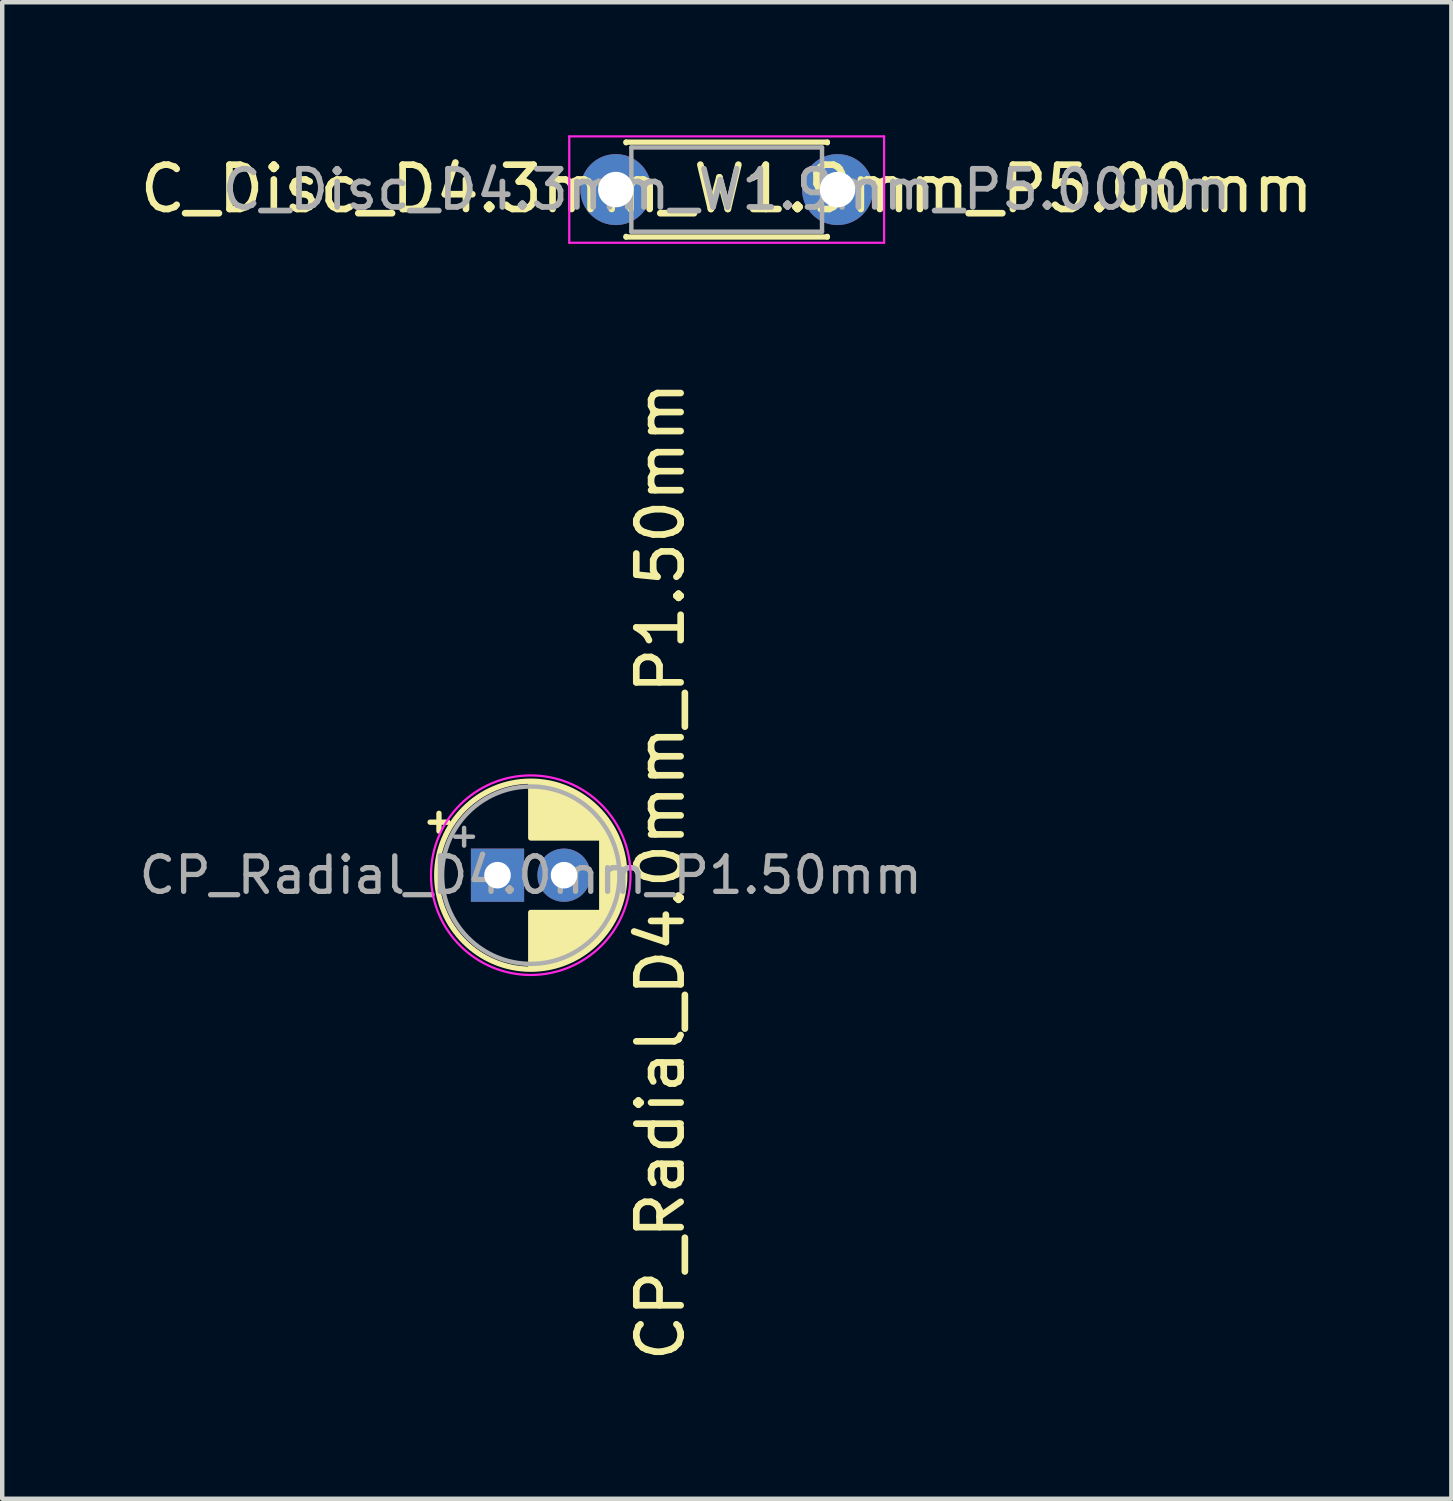
<source format=kicad_pcb>
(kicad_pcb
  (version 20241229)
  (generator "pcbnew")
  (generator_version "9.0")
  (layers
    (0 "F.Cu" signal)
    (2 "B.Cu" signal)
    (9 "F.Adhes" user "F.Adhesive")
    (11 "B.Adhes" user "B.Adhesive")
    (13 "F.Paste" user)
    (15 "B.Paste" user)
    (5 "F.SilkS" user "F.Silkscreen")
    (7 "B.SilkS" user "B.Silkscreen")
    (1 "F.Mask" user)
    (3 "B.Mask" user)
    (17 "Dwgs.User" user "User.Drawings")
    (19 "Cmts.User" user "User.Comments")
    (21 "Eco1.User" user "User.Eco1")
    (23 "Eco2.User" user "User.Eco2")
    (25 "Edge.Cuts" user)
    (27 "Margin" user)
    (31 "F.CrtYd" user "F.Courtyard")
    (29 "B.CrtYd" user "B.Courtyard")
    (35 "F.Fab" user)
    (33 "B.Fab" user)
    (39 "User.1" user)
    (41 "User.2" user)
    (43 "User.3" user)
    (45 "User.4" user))
  (footprint "C_Disc_D4.3mm_W1.9mm_P5.00mm"
    (layer "F.Cu")
    (at 10.837 1.225)
    (property "Reference" "C_Disc_D4.3mm_W1.9mm_P5.00mm" (at 2.502 -0.017 0) (layer "F.SilkS") (effects (font (size 1 1) (thickness 0.15))))
    (attr through_hole)
    (fp_line (start 0.23 -1.07) (end 0.23 -1.055) (stroke (width 0.12) (type solid)) (layer "F.SilkS"))
    (fp_line (start 0.23 -1.07) (end 4.77 -1.07) (stroke (width 0.12) (type solid)) (layer "F.SilkS"))
    (fp_line (start 0.23 1.055) (end 0.23 1.07) (stroke (width 0.12) (type solid)) (layer "F.SilkS"))
    (fp_line (start 0.23 1.07) (end 4.77 1.07) (stroke (width 0.12) (type solid)) (layer "F.SilkS"))
    (fp_line (start 4.77 -1.07) (end 4.77 -1.055) (stroke (width 0.12) (type solid)) (layer "F.SilkS"))
    (fp_line (start 4.77 1.055) (end 4.77 1.07) (stroke (width 0.12) (type solid)) (layer "F.SilkS"))
    (fp_line (start -1.05 -1.2) (end -1.05 1.2) (stroke (width 0.05) (type solid)) (layer "F.CrtYd"))
    (fp_line (start -1.05 1.2) (end 6.05 1.2) (stroke (width 0.05) (type solid)) (layer "F.CrtYd"))
    (fp_line (start 6.05 -1.2) (end -1.05 -1.2) (stroke (width 0.05) (type solid)) (layer "F.CrtYd"))
    (fp_line (start 6.05 1.2) (end 6.05 -1.2) (stroke (width 0.05) (type solid)) (layer "F.CrtYd"))
    (fp_line (start 0.35 -0.95) (end 0.35 0.95) (stroke (width 0.1) (type solid)) (layer "F.Fab"))
    (fp_line (start 0.35 0.95) (end 4.65 0.95) (stroke (width 0.1) (type solid)) (layer "F.Fab"))
    (fp_line (start 4.65 -0.95) (end 0.35 -0.95) (stroke (width 0.1) (type solid)) (layer "F.Fab"))
    (fp_line (start 4.65 0.95) (end 4.65 -0.95) (stroke (width 0.1) (type solid)) (layer "F.Fab"))
    (fp_text user "${REFERENCE}" (at 2.5 0 0) (layer "F.Fab") (effects (font (size 0.86 0.86) (thickness 0.129))))
    (pad "1" thru_hole circle (at 0 0) (size 1.6 1.6) (drill 0.8) (layers "*.Cu" "*.Mask"))
    (pad "2" thru_hole circle (at 5 0) (size 1.6 1.6) (drill 0.8) (layers "*.Cu" "*.Mask")))
  (footprint "CP_Radial_D4.0mm_P1.50mm"
    (layer "F.Cu")
    (at 8.169 16.686)
    (property "Reference" "CP_Radial_D4.0mm_P1.50mm" (at 3.675 -0.087 90) (layer "F.SilkS") (effects (font (size 1 1) (thickness 0.15))))
    (attr through_hole)
    (fp_line (start -1.52 -1.195) (end -1.12 -1.195) (stroke (width 0.12) (type solid)) (layer "F.SilkS"))
    (fp_line (start -1.32 -1.395) (end -1.32 -0.995) (stroke (width 0.12) (type solid)) (layer "F.SilkS"))
    (fp_line (start 0.75 -2.08) (end 0.75 -0.84) (stroke (width 0.12) (type solid)) (layer "F.SilkS"))
    (fp_line (start 0.75 0.84) (end 0.75 2.08) (stroke (width 0.12) (type solid)) (layer "F.SilkS"))
    (fp_line (start 0.79 -2.08) (end 0.79 -0.84) (stroke (width 0.12) (type solid)) (layer "F.SilkS"))
    (fp_line (start 0.79 0.84) (end 0.79 2.08) (stroke (width 0.12) (type solid)) (layer "F.SilkS"))
    (fp_line (start 0.83 -2.079) (end 0.83 -0.84) (stroke (width 0.12) (type solid)) (layer "F.SilkS"))
    (fp_line (start 0.83 0.84) (end 0.83 2.079) (stroke (width 0.12) (type solid)) (layer "F.SilkS"))
    (fp_line (start 0.87 -2.077) (end 0.87 -0.84) (stroke (width 0.12) (type solid)) (layer "F.SilkS"))
    (fp_line (start 0.87 0.84) (end 0.87 2.077) (stroke (width 0.12) (type solid)) (layer "F.SilkS"))
    (fp_line (start 0.91 -2.074) (end 0.91 -0.84) (stroke (width 0.12) (type solid)) (layer "F.SilkS"))
    (fp_line (start 0.91 0.84) (end 0.91 2.074) (stroke (width 0.12) (type solid)) (layer "F.SilkS"))
    (fp_line (start 0.95 -2.071) (end 0.95 -0.84) (stroke (width 0.12) (type solid)) (layer "F.SilkS"))
    (fp_line (start 0.95 0.84) (end 0.95 2.071) (stroke (width 0.12) (type solid)) (layer "F.SilkS"))
    (fp_line (start 0.99 -2.067) (end 0.99 -0.84) (stroke (width 0.12) (type solid)) (layer "F.SilkS"))
    (fp_line (start 0.99 0.84) (end 0.99 2.067) (stroke (width 0.12) (type solid)) (layer "F.SilkS"))
    (fp_line (start 1.03 -2.062) (end 1.03 -0.84) (stroke (width 0.12) (type solid)) (layer "F.SilkS"))
    (fp_line (start 1.03 0.84) (end 1.03 2.062) (stroke (width 0.12) (type solid)) (layer "F.SilkS"))
    (fp_line (start 1.07 -2.056) (end 1.07 -0.84) (stroke (width 0.12) (type solid)) (layer "F.SilkS"))
    (fp_line (start 1.07 0.84) (end 1.07 2.056) (stroke (width 0.12) (type solid)) (layer "F.SilkS"))
    (fp_line (start 1.11 -2.05) (end 1.11 -0.84) (stroke (width 0.12) (type solid)) (layer "F.SilkS"))
    (fp_line (start 1.11 0.84) (end 1.11 2.05) (stroke (width 0.12) (type solid)) (layer "F.SilkS"))
    (fp_line (start 1.15 -2.042) (end 1.15 -0.84) (stroke (width 0.12) (type solid)) (layer "F.SilkS"))
    (fp_line (start 1.15 0.84) (end 1.15 2.042) (stroke (width 0.12) (type solid)) (layer "F.SilkS"))
    (fp_line (start 1.19 -2.034) (end 1.19 -0.84) (stroke (width 0.12) (type solid)) (layer "F.SilkS"))
    (fp_line (start 1.19 0.84) (end 1.19 2.034) (stroke (width 0.12) (type solid)) (layer "F.SilkS"))
    (fp_line (start 1.23 -2.025) (end 1.23 -0.84) (stroke (width 0.12) (type solid)) (layer "F.SilkS"))
    (fp_line (start 1.23 0.84) (end 1.23 2.025) (stroke (width 0.12) (type solid)) (layer "F.SilkS"))
    (fp_line (start 1.27 -2.016) (end 1.27 -0.84) (stroke (width 0.12) (type solid)) (layer "F.SilkS"))
    (fp_line (start 1.27 0.84) (end 1.27 2.016) (stroke (width 0.12) (type solid)) (layer "F.SilkS"))
    (fp_line (start 1.31 -2.005) (end 1.31 -0.84) (stroke (width 0.12) (type solid)) (layer "F.SilkS"))
    (fp_line (start 1.31 0.84) (end 1.31 2.005) (stroke (width 0.12) (type solid)) (layer "F.SilkS"))
    (fp_line (start 1.35 -1.994) (end 1.35 -0.84) (stroke (width 0.12) (type solid)) (layer "F.SilkS"))
    (fp_line (start 1.35 0.84) (end 1.35 1.994) (stroke (width 0.12) (type solid)) (layer "F.SilkS"))
    (fp_line (start 1.39 -1.982) (end 1.39 -0.84) (stroke (width 0.12) (type solid)) (layer "F.SilkS"))
    (fp_line (start 1.39 0.84) (end 1.39 1.982) (stroke (width 0.12) (type solid)) (layer "F.SilkS"))
    (fp_line (start 1.43 -1.968) (end 1.43 -0.84) (stroke (width 0.12) (type solid)) (layer "F.SilkS"))
    (fp_line (start 1.43 0.84) (end 1.43 1.968) (stroke (width 0.12) (type solid)) (layer "F.SilkS"))
    (fp_line (start 1.471 -1.954) (end 1.471 -0.84) (stroke (width 0.12) (type solid)) (layer "F.SilkS"))
    (fp_line (start 1.471 0.84) (end 1.471 1.954) (stroke (width 0.12) (type solid)) (layer "F.SilkS"))
    (fp_line (start 1.511 -1.94) (end 1.511 -0.84) (stroke (width 0.12) (type solid)) (layer "F.SilkS"))
    (fp_line (start 1.511 0.84) (end 1.511 1.94) (stroke (width 0.12) (type solid)) (layer "F.SilkS"))
    (fp_line (start 1.551 -1.924) (end 1.551 -0.84) (stroke (width 0.12) (type solid)) (layer "F.SilkS"))
    (fp_line (start 1.551 0.84) (end 1.551 1.924) (stroke (width 0.12) (type solid)) (layer "F.SilkS"))
    (fp_line (start 1.591 -1.907) (end 1.591 -0.84) (stroke (width 0.12) (type solid)) (layer "F.SilkS"))
    (fp_line (start 1.591 0.84) (end 1.591 1.907) (stroke (width 0.12) (type solid)) (layer "F.SilkS"))
    (fp_line (start 1.631 -1.889) (end 1.631 -0.84) (stroke (width 0.12) (type solid)) (layer "F.SilkS"))
    (fp_line (start 1.631 0.84) (end 1.631 1.889) (stroke (width 0.12) (type solid)) (layer "F.SilkS"))
    (fp_line (start 1.671 -1.87) (end 1.671 -0.84) (stroke (width 0.12) (type solid)) (layer "F.SilkS"))
    (fp_line (start 1.671 0.84) (end 1.671 1.87) (stroke (width 0.12) (type solid)) (layer "F.SilkS"))
    (fp_line (start 1.711 -1.851) (end 1.711 -0.84) (stroke (width 0.12) (type solid)) (layer "F.SilkS"))
    (fp_line (start 1.711 0.84) (end 1.711 1.851) (stroke (width 0.12) (type solid)) (layer "F.SilkS"))
    (fp_line (start 1.751 -1.83) (end 1.751 -0.84) (stroke (width 0.12) (type solid)) (layer "F.SilkS"))
    (fp_line (start 1.751 0.84) (end 1.751 1.83) (stroke (width 0.12) (type solid)) (layer "F.SilkS"))
    (fp_line (start 1.791 -1.808) (end 1.791 -0.84) (stroke (width 0.12) (type solid)) (layer "F.SilkS"))
    (fp_line (start 1.791 0.84) (end 1.791 1.808) (stroke (width 0.12) (type solid)) (layer "F.SilkS"))
    (fp_line (start 1.831 -1.785) (end 1.831 -0.84) (stroke (width 0.12) (type solid)) (layer "F.SilkS"))
    (fp_line (start 1.831 0.84) (end 1.831 1.785) (stroke (width 0.12) (type solid)) (layer "F.SilkS"))
    (fp_line (start 1.871 -1.76) (end 1.871 -0.84) (stroke (width 0.12) (type solid)) (layer "F.SilkS"))
    (fp_line (start 1.871 0.84) (end 1.871 1.76) (stroke (width 0.12) (type solid)) (layer "F.SilkS"))
    (fp_line (start 1.911 -1.735) (end 1.911 -0.84) (stroke (width 0.12) (type solid)) (layer "F.SilkS"))
    (fp_line (start 1.911 0.84) (end 1.911 1.735) (stroke (width 0.12) (type solid)) (layer "F.SilkS"))
    (fp_line (start 1.951 -1.708) (end 1.951 -0.84) (stroke (width 0.12) (type solid)) (layer "F.SilkS"))
    (fp_line (start 1.951 0.84) (end 1.951 1.708) (stroke (width 0.12) (type solid)) (layer "F.SilkS"))
    (fp_line (start 1.991 -1.68) (end 1.991 -0.84) (stroke (width 0.12) (type solid)) (layer "F.SilkS"))
    (fp_line (start 1.991 0.84) (end 1.991 1.68) (stroke (width 0.12) (type solid)) (layer "F.SilkS"))
    (fp_line (start 2.031 -1.65) (end 2.031 -0.84) (stroke (width 0.12) (type solid)) (layer "F.SilkS"))
    (fp_line (start 2.031 0.84) (end 2.031 1.65) (stroke (width 0.12) (type solid)) (layer "F.SilkS"))
    (fp_line (start 2.071 -1.619) (end 2.071 -0.84) (stroke (width 0.12) (type solid)) (layer "F.SilkS"))
    (fp_line (start 2.071 0.84) (end 2.071 1.619) (stroke (width 0.12) (type solid)) (layer "F.SilkS"))
    (fp_line (start 2.111 -1.587) (end 2.111 -0.84) (stroke (width 0.12) (type solid)) (layer "F.SilkS"))
    (fp_line (start 2.111 0.84) (end 2.111 1.587) (stroke (width 0.12) (type solid)) (layer "F.SilkS"))
    (fp_line (start 2.151 -1.552) (end 2.151 -0.84) (stroke (width 0.12) (type solid)) (layer "F.SilkS"))
    (fp_line (start 2.151 0.84) (end 2.151 1.552) (stroke (width 0.12) (type solid)) (layer "F.SilkS"))
    (fp_line (start 2.191 -1.516) (end 2.191 -0.84) (stroke (width 0.12) (type solid)) (layer "F.SilkS"))
    (fp_line (start 2.191 0.84) (end 2.191 1.516) (stroke (width 0.12) (type solid)) (layer "F.SilkS"))
    (fp_line (start 2.231 -1.478) (end 2.231 -0.84) (stroke (width 0.12) (type solid)) (layer "F.SilkS"))
    (fp_line (start 2.231 0.84) (end 2.231 1.478) (stroke (width 0.12) (type solid)) (layer "F.SilkS"))
    (fp_line (start 2.271 -1.438) (end 2.271 -0.84) (stroke (width 0.12) (type solid)) (layer "F.SilkS"))
    (fp_line (start 2.271 0.84) (end 2.271 1.438) (stroke (width 0.12) (type solid)) (layer "F.SilkS"))
    (fp_line (start 2.311 -1.396) (end 2.311 -0.84) (stroke (width 0.12) (type solid)) (layer "F.SilkS"))
    (fp_line (start 2.311 0.84) (end 2.311 1.396) (stroke (width 0.12) (type solid)) (layer "F.SilkS"))
    (fp_line (start 2.351 -1.351) (end 2.351 1.351) (stroke (width 0.12) (type solid)) (layer "F.SilkS"))
    (fp_line (start 2.391 -1.304) (end 2.391 1.304) (stroke (width 0.12) (type solid)) (layer "F.SilkS"))
    (fp_line (start 2.431 -1.254) (end 2.431 1.254) (stroke (width 0.12) (type solid)) (layer "F.SilkS"))
    (fp_line (start 2.471 -1.2) (end 2.471 1.2) (stroke (width 0.12) (type solid)) (layer "F.SilkS"))
    (fp_line (start 2.511 -1.142) (end 2.511 1.142) (stroke (width 0.12) (type solid)) (layer "F.SilkS"))
    (fp_line (start 2.551 -1.08) (end 2.551 1.08) (stroke (width 0.12) (type solid)) (layer "F.SilkS"))
    (fp_line (start 2.591 -1.013) (end 2.591 1.013) (stroke (width 0.12) (type solid)) (layer "F.SilkS"))
    (fp_line (start 2.631 -0.94) (end 2.631 0.94) (stroke (width 0.12) (type solid)) (layer "F.SilkS"))
    (fp_line (start 2.671 -0.859) (end 2.671 0.859) (stroke (width 0.12) (type solid)) (layer "F.SilkS"))
    (fp_line (start 2.711 -0.768) (end 2.711 0.768) (stroke (width 0.12) (type solid)) (layer "F.SilkS"))
    (fp_line (start 2.751 -0.664) (end 2.751 0.664) (stroke (width 0.12) (type solid)) (layer "F.SilkS"))
    (fp_line (start 2.791 -0.537) (end 2.791 0.537) (stroke (width 0.12) (type solid)) (layer "F.SilkS"))
    (fp_line (start 2.831 -0.37) (end 2.831 0.37) (stroke (width 0.12) (type solid)) (layer "F.SilkS"))
    (fp_circle (center 0.75 0) (end 2.87 0) (stroke (width 0.12) (type solid)) (fill no) (layer "F.SilkS"))
    (fp_circle (center 0.75 0) (end 3 0) (stroke (width 0.05) (type solid)) (fill no) (layer "F.CrtYd"))
    (fp_line (start -0.953 -0.868) (end -0.553 -0.868) (stroke (width 0.1) (type solid)) (layer "F.Fab"))
    (fp_line (start -0.753 -1.067) (end -0.753 -0.667) (stroke (width 0.1) (type solid)) (layer "F.Fab"))
    (fp_circle (center 0.75 0) (end 2.75 0) (stroke (width 0.1) (type solid)) (fill no) (layer "F.Fab"))
    (fp_text user "${REFERENCE}" (at 0.75 0 0) (layer "F.Fab") (effects (font (size 0.8 0.8) (thickness 0.12))))
    (pad "1" thru_hole rect (at 0 0) (size 1.2 1.2) (drill 0.6) (layers "*.Cu" "*.Mask"))
    (pad "2" thru_hole circle (at 1.5 0) (size 1.2 1.2) (drill 0.6) (layers "*.Cu" "*.Mask")))
  (gr_rect
    (start -3 -3)
    (end 29.679 30.748)
    (stroke (width 0.1) (type default))
    (fill no)
    (layer "Edge.Cuts")))
</source>
